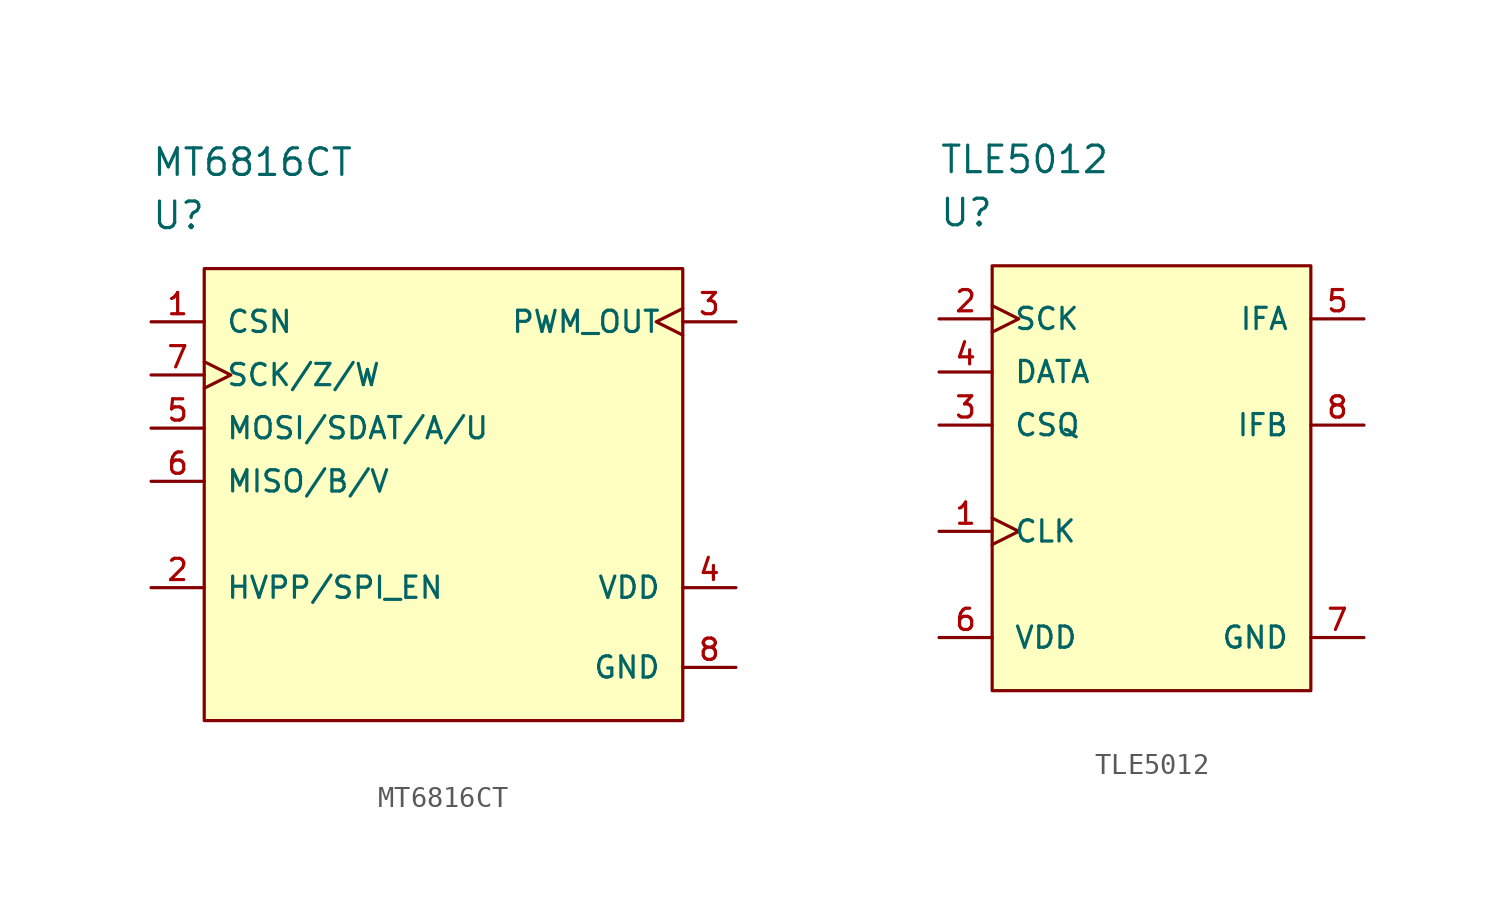
<source format=kicad_sym>
(kicad_symbol_lib
  (version 20210619)
  (generator kicad_symbol_editor)
  (symbol "MAG ENCODERS:MT6816CT"
    (pin_names
      (offset 1.016))
    (property "Reference" "U"
      (at 0 5.08 0)
      (effects (font (size 1.27 1.27)) (justify left)))
    (property "Value" "MT6816CT"
      (at 0 7.62 0)
      (effects (font (size 1.27 1.27)) (justify left)))
    (symbol "MT6816CT_1_1"
      (rectangle (start 2.54 2.54) (end 25.4 -19.05) (stroke (width 0)) (fill (type background)))
      (pin input line (at 0 0 0) (length 2.54) (name "CSN" (effects (font (size 1.016 1.016)))) (number "1" (effects (font (size 1.016 1.016)))))
      (pin input line (at 0 -12.7 0) (length 2.54) (name "HVPP/SPI_EN" (effects (font (size 1.016 1.016)))) (number "2" (effects (font (size 1.016 1.016)))))
      (pin input clock (at 27.94 0 180) (length 2.54) (name "PWM_OUT" (effects (font (size 1.016 1.016)))) (number "3" (effects (font (size 1.016 1.016)))))
      (pin power_in line (at 27.94 -12.7 180) (length 2.54) (name "VDD" (effects (font (size 1.016 1.016)))) (number "4" (effects (font (size 1.016 1.016)))))
      (pin bidirectional line (at 0 -5.08 0) (length 2.54) (name "MOSI/SDAT/A/U" (effects (font (size 1.016 1.016)))) (number "5" (effects (font (size 1.016 1.016)))))
      (pin bidirectional line (at 0 -7.62 0) (length 2.54) (name "MISO/B/V" (effects (font (size 1.016 1.016)))) (number "6" (effects (font (size 1.016 1.016)))))
      (pin input clock (at 0 -2.54 0) (length 2.54) (name "SCK/Z/W" (effects (font (size 1.016 1.016)))) (number "7" (effects (font (size 1.016 1.016)))))
      (pin power_in line (at 27.94 -16.51 180) (length 2.54) (name "GND" (effects (font (size 1.016 1.016)))) (number "8" (effects (font (size 1.016 1.016)))))))
  (symbol "MAG ENCODERS:TLE5012"
    (pin_names
      (offset 1.016))
    (property "Reference" "U"
      (at 0 5.08 0)
      (effects (font (size 1.27 1.27)) (justify left)))
    (property "Value" "TLE5012"
      (at 0 7.62 0)
      (effects (font (size 1.27 1.27)) (justify left)))
    (property "ki_locked" ""
      (at 0 0 0)
      (effects (font (size 1.27 1.27))))
    (symbol "TLE5012_1_1"
      (rectangle (start 2.54 2.54) (end 17.78 -17.78) (stroke (width 0)) (fill (type background)))
      (pin input clock (at 0 -10.16 0) (length 2.54) (name "CLK" (effects (font (size 1.016 1.016)))) (number "1" (effects (font (size 1.016 1.016)))))
      (pin input clock (at 0 0 0) (length 2.54) (name "SCK" (effects (font (size 1.016 1.016)))) (number "2" (effects (font (size 1.016 1.016)))))
      (pin input line (at 0 -5.08 0) (length 2.54) (name "CSQ" (effects (font (size 1.016 1.016)))) (number "3" (effects (font (size 1.016 1.016)))))
      (pin bidirectional line (at 0 -2.54 0) (length 2.54) (name "DATA" (effects (font (size 1.016 1.016)))) (number "4" (effects (font (size 1.016 1.016)))))
      (pin open_collector line (at 20.32 0 180) (length 2.54) (name "IFA" (effects (font (size 1.016 1.016)))) (number "5" (effects (font (size 1.016 1.016)))))
      (pin power_in line (at 0 -15.24 0) (length 2.54) (name "VDD" (effects (font (size 1.016 1.016)))) (number "6" (effects (font (size 1.016 1.016)))))
      (pin power_in line (at 20.32 -15.24 180) (length 2.54) (name "GND" (effects (font (size 1.016 1.016)))) (number "7" (effects (font (size 1.016 1.016)))))
      (pin open_collector line (at 20.32 -5.08 180) (length 2.54) (name "IFB" (effects (font (size 1.016 1.016)))) (number "8" (effects (font (size 1.016 1.016))))))))
</source>
